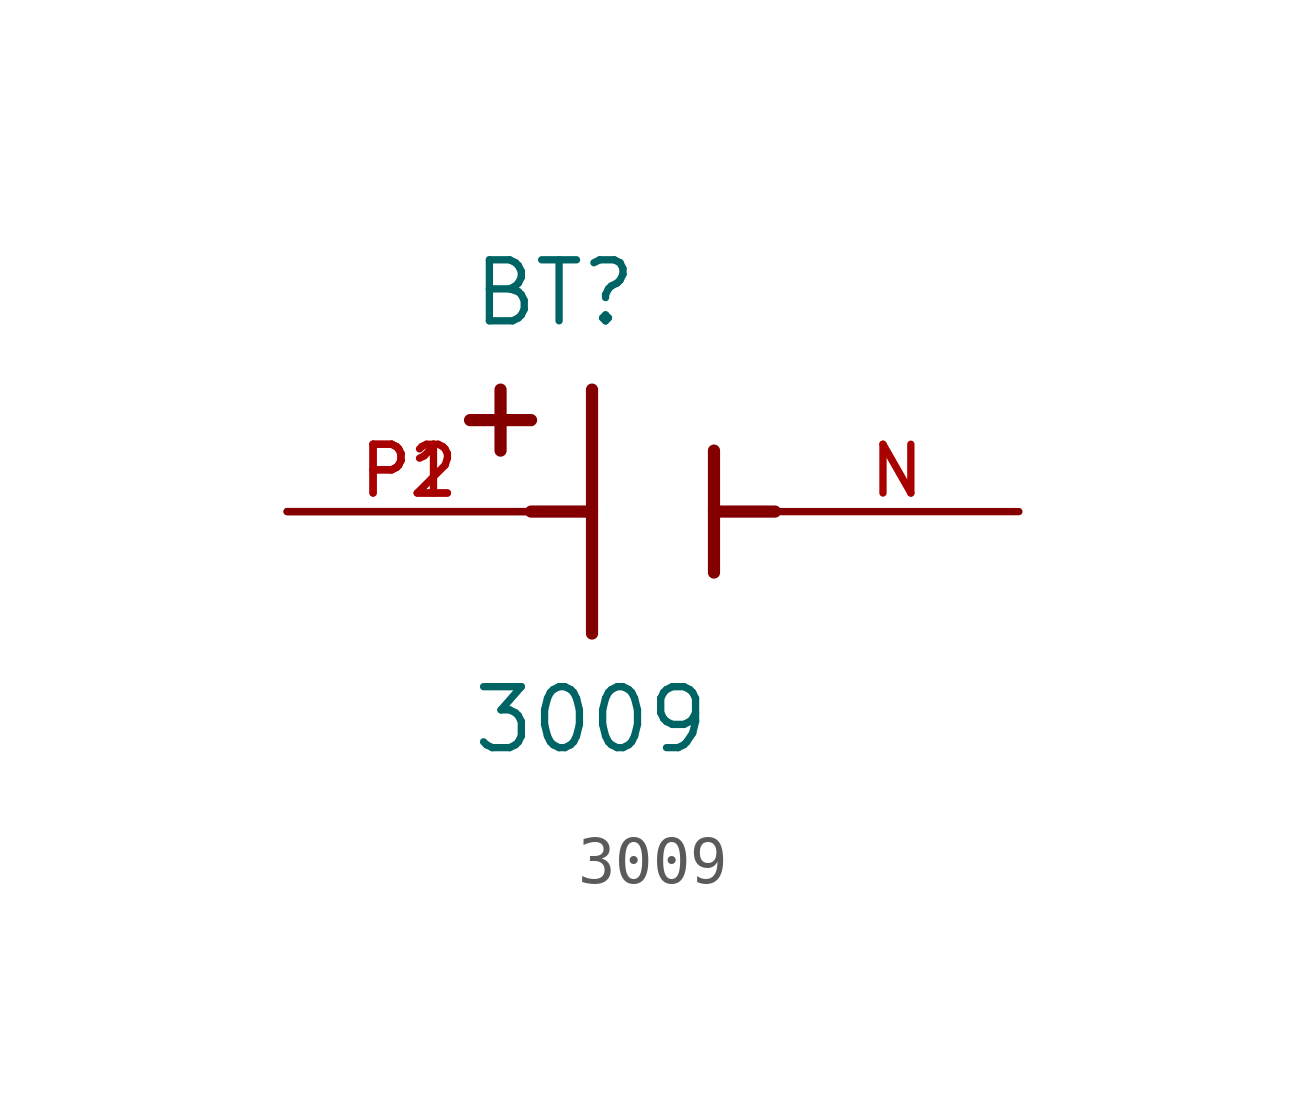
<source format=kicad_sym>
(kicad_symbol_lib
  (version 20211014)
  (generator kicad_symbol_editor)
  (symbol "3009"
    (pin_names
      (offset 1.016))
    (property "Reference" "BT"
      (at -3.81 3.81 0)
      (effects (font (size 1.27 1.27)) (justify bottom left)))
    (property "Value" "3009"
      (at -3.81 -5.08 0)
      (effects (font (size 1.27 1.27)) (justify bottom left)))
    (symbol "3009_0_0"
      (polyline (pts (xy -1.27 2.54) (xy -1.27 -2.54)) (stroke (width 0.254)))
      (polyline (pts (xy 1.27 1.27) (xy 1.27 -1.27)) (stroke (width 0.254)))
      (polyline (pts (xy -1.27 0.0) (xy -2.54 0.0)) (stroke (width 0.254)))
      (polyline (pts (xy 1.27 0.0) (xy 2.54 0.0)) (stroke (width 0.254)))
      (polyline (pts (xy -3.175 2.54) (xy -3.175 1.27)) (stroke (width 0.254)))
      (polyline (pts (xy -3.81 1.905) (xy -2.54 1.905)) (stroke (width 0.254)))
      (pin passive line (at -7.62 0.0 0) (length 5.08) (name "~" (effects (font (size 1.016 1.016)))) (number "P1" (effects (font (size 1.016 1.016)))))
      (pin passive line (at 7.62 0.0 180.0) (length 5.08) (name "~" (effects (font (size 1.016 1.016)))) (number "N" (effects (font (size 1.016 1.016)))))
      (pin passive line (at -7.62 0.0 0) (length 5.08) (name "~" (effects (font (size 1.016 1.016)))) (number "P2" (effects (font (size 1.016 1.016))))))))
</source>
